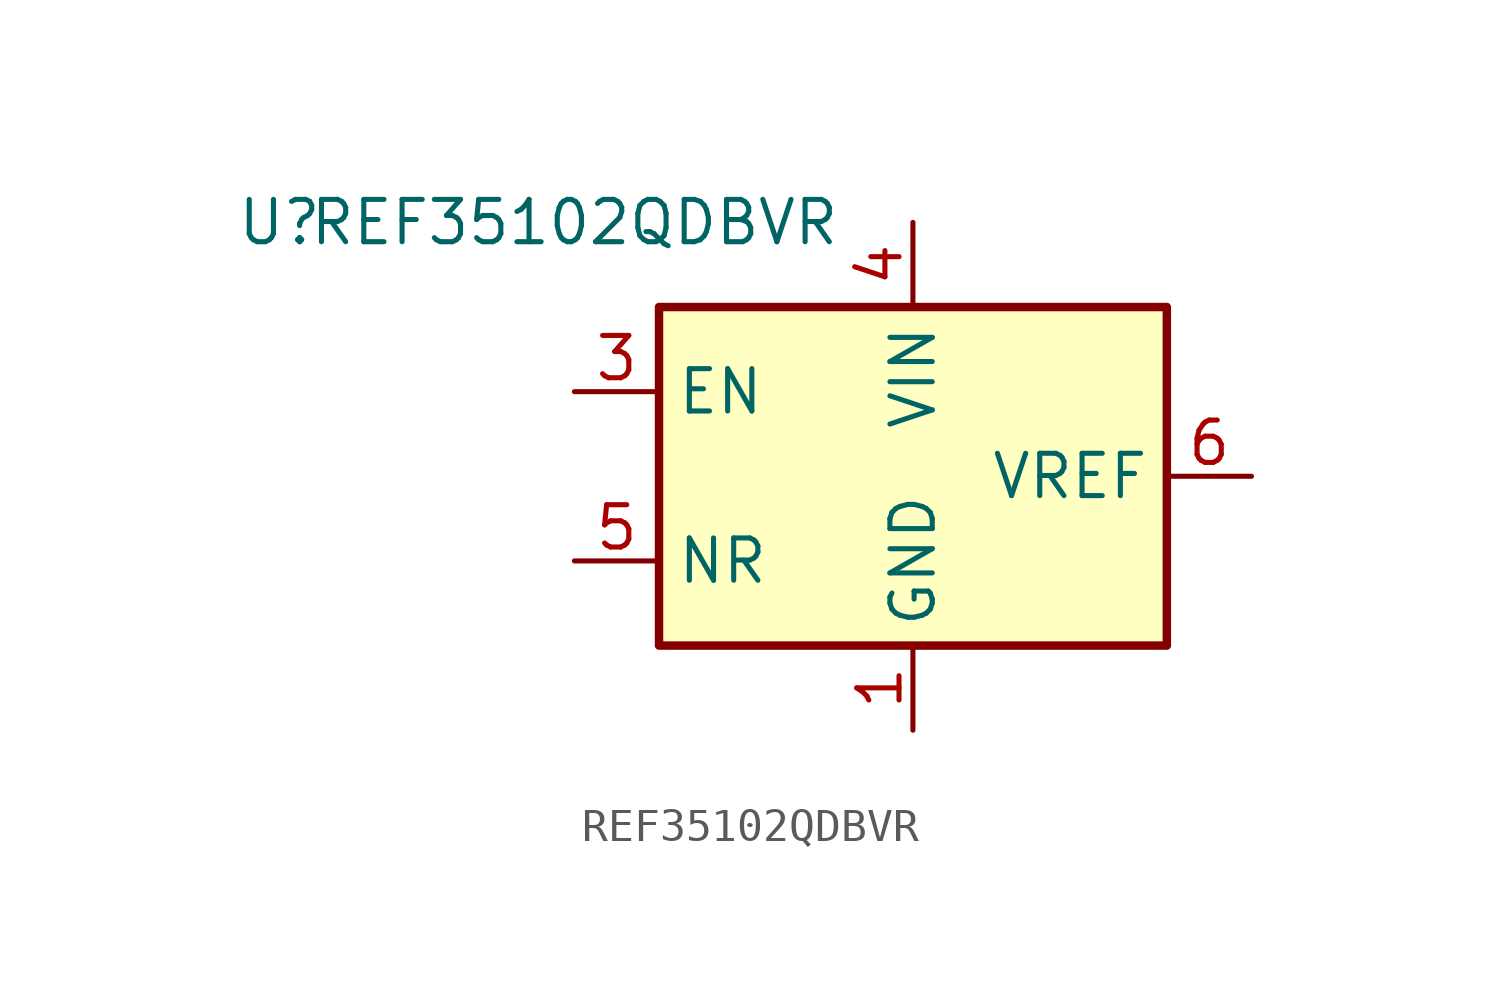
<source format=kicad_sym>
(kicad_symbol_lib
  (version 20231120)
  (generator "kicad_symbol_editor")
  (generator_version "8.0")
  (symbol "REF35102QDBVR"
    (property "Reference" "U"
      (at -20.32 7.62 0)
      (effects (font (size 1.27 1.27)) (justify left)))
    (property "Value" "REF35102QDBVR"
      (at -10.16 7.62 0)
      (effects (font (size 1.27 1.27))))
    (symbol "REF35102QDBVR_0_0"
      (pin power_in line (at 0 -7.62 90) (length 2.54) (name "GND" (effects (font (size 1.27 1.27)))) (number "1" (effects (font (size 1.27 1.27)))))
      (pin input line (at -10.16 2.54 0) (length 2.54) (name "EN" (effects (font (size 1.27 1.27)))) (number "3" (effects (font (size 1.27 1.27)))))
      (pin power_in line (at 0 7.62 270) (length 2.54) (name "VIN" (effects (font (size 1.27 1.27)))) (number "4" (effects (font (size 1.27 1.27)))))
      (pin passive line (at -10.16 -2.54 0) (length 2.54) (name "NR" (effects (font (size 1.27 1.27)))) (number "5" (effects (font (size 1.27 1.27)))))
      (pin power_out line (at 10.16 0 180) (length 2.54) (name "VREF" (effects (font (size 1.27 1.27)))) (number "6" (effects (font (size 1.27 1.27))))))
    (symbol "REF35102QDBVR_0_1"
      (rectangle (start -7.62 5.08) (end 7.62 -5.08) (stroke (width 0.254) (type default)) (fill (type background))))
    (symbol "REF35102QDBVR_1_0"
      (pin passive line (at 0 -7.62 90) (length 2.54) hide (name "GND" (effects (font (size 1.27 1.27)))) (number "2" (effects (font (size 1.27 1.27))))))))
</source>
